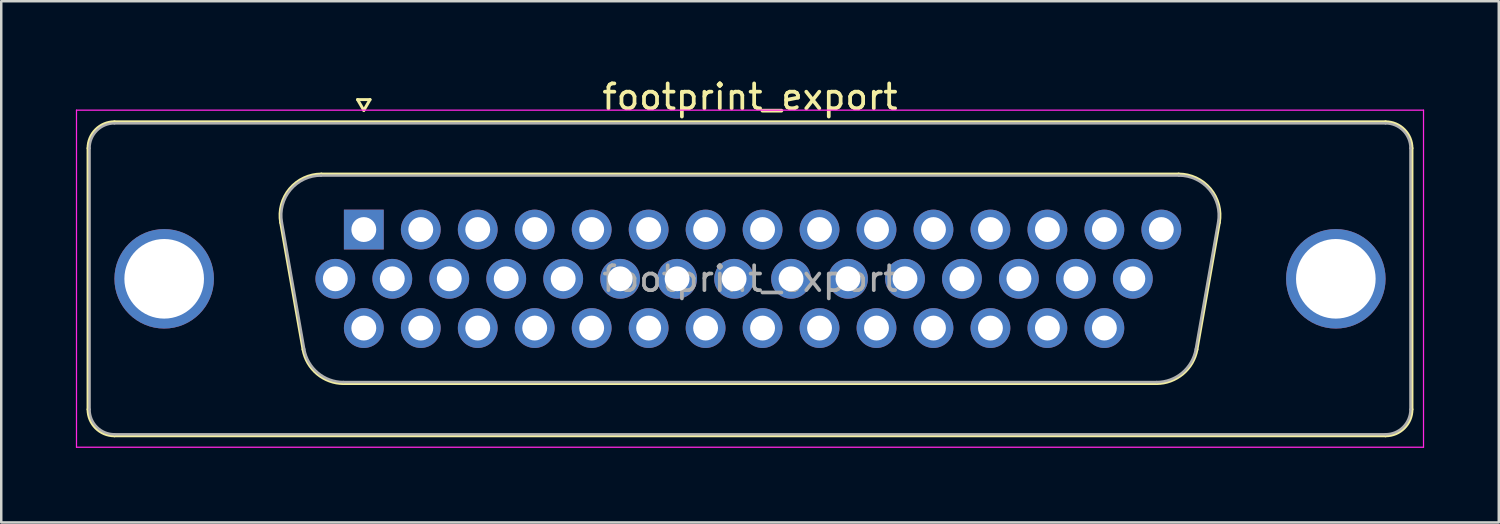
<source format=kicad_pcb>
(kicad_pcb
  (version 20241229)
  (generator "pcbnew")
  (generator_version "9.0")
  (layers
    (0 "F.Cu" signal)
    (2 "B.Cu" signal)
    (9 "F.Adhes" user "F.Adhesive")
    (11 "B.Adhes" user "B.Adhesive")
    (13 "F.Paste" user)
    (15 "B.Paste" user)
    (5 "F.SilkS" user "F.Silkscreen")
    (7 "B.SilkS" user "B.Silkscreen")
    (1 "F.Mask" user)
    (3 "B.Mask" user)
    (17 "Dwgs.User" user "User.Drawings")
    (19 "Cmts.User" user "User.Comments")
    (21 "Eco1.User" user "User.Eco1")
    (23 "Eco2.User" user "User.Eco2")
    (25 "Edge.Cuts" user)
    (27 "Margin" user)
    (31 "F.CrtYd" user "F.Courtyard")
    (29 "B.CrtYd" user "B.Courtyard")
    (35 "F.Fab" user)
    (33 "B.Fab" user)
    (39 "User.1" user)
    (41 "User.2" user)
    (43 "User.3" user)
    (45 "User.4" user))
  (footprint "footprint_export"
    (layer "F.Cu")
    (at 11.575 6.178)
    (property "Reference" "footprint_export" (at 15.525 -5.33 0) (layer "F.SilkS") (effects (font (size 1 1) (thickness 0.15))))
    (attr through_hole)
    (fp_line (start -11.085 7.23) (end -11.085 -3.27) (stroke (width 0.12) (type solid)) (layer "F.SilkS"))
    (fp_line (start -10.025 -4.33) (end 41.075 -4.33) (stroke (width 0.12) (type solid)) (layer "F.SilkS"))
    (fp_line (start -3.341 -0.282) (end -2.442 4.818) (stroke (width 0.12) (type solid)) (layer "F.SilkS"))
    (fp_line (start -1.707 -2.23) (end 32.757 -2.23) (stroke (width 0.12) (type solid)) (layer "F.SilkS"))
    (fp_line (start -0.807 6.19) (end 31.857 6.19) (stroke (width 0.12) (type solid)) (layer "F.SilkS"))
    (fp_line (start -0.25 -5.224) (end 0.25 -5.224) (stroke (width 0.12) (type solid)) (layer "F.SilkS"))
    (fp_line (start 0 -4.791) (end -0.25 -5.224) (stroke (width 0.12) (type solid)) (layer "F.SilkS"))
    (fp_line (start 0.25 -5.224) (end 0 -4.791) (stroke (width 0.12) (type solid)) (layer "F.SilkS"))
    (fp_line (start 34.391 -0.282) (end 33.492 4.818) (stroke (width 0.12) (type solid)) (layer "F.SilkS"))
    (fp_line (start 41.075 8.29) (end -10.025 8.29) (stroke (width 0.12) (type solid)) (layer "F.SilkS"))
    (fp_line (start 42.135 -3.27) (end 42.135 7.23) (stroke (width 0.12) (type solid)) (layer "F.SilkS"))
    (fp_arc (start -11.085 -3.27) (mid -10.774533 -4.019533) (end -10.025 -4.33) (stroke (width 0.12) (type solid)) (layer "F.SilkS"))
    (fp_arc (start -10.025 8.29) (mid -10.774533 7.979533) (end -11.085 7.23) (stroke (width 0.12) (type solid)) (layer "F.SilkS"))
    (fp_arc (start -3.34147 -0.281744) (mid -2.978323 -1.637028) (end -1.706689 -2.23) (stroke (width 0.12) (type solid)) (layer "F.SilkS"))
    (fp_arc (start -0.807421 6.19) (mid -1.874448 5.801634) (end -2.442202 4.818256) (stroke (width 0.12) (type solid)) (layer "F.SilkS"))
    (fp_arc (start 32.756689 -2.23) (mid 34.028323 -1.637027) (end 34.39147 -0.281744) (stroke (width 0.12) (type solid)) (layer "F.SilkS"))
    (fp_arc (start 33.492202 4.818256) (mid 32.924449 5.801634) (end 31.857421 6.19) (stroke (width 0.12) (type solid)) (layer "F.SilkS"))
    (fp_arc (start 41.075 -4.33) (mid 41.824533 -4.019533) (end 42.135 -3.27) (stroke (width 0.12) (type solid)) (layer "F.SilkS"))
    (fp_arc (start 42.135 7.23) (mid 41.824533 7.979533) (end 41.075 8.29) (stroke (width 0.12) (type solid)) (layer "F.SilkS"))
    (fp_line (start -11.55 -4.8) (end -11.55 8.75) (stroke (width 0.05) (type solid)) (layer "F.CrtYd"))
    (fp_line (start -11.55 8.75) (end 42.6 8.75) (stroke (width 0.05) (type solid)) (layer "F.CrtYd"))
    (fp_line (start 42.6 -4.8) (end -11.55 -4.8) (stroke (width 0.05) (type solid)) (layer "F.CrtYd"))
    (fp_line (start 42.6 8.75) (end 42.6 -4.8) (stroke (width 0.05) (type solid)) (layer "F.CrtYd"))
    (fp_line (start -11.025 7.23) (end -11.025 -3.27) (stroke (width 0.1) (type solid)) (layer "F.Fab"))
    (fp_line (start -10.025 -4.27) (end 41.075 -4.27) (stroke (width 0.1) (type solid)) (layer "F.Fab"))
    (fp_line (start -3.294 -0.292) (end -2.395 4.808) (stroke (width 0.1) (type solid)) (layer "F.Fab"))
    (fp_line (start -1.718 -2.17) (end 32.768 -2.17) (stroke (width 0.1) (type solid)) (layer "F.Fab"))
    (fp_line (start -0.819 6.13) (end 31.869 6.13) (stroke (width 0.1) (type solid)) (layer "F.Fab"))
    (fp_line (start 34.344 -0.292) (end 33.445 4.808) (stroke (width 0.1) (type solid)) (layer "F.Fab"))
    (fp_line (start 41.075 8.23) (end -10.025 8.23) (stroke (width 0.1) (type solid)) (layer "F.Fab"))
    (fp_line (start 42.075 -3.27) (end 42.075 7.23) (stroke (width 0.1) (type solid)) (layer "F.Fab"))
    (fp_arc (start -11.025 -3.27) (mid -10.732107 -3.977107) (end -10.025 -4.27) (stroke (width 0.1) (type solid)) (layer "F.Fab"))
    (fp_arc (start -10.025 8.23) (mid -10.732107 7.937107) (end -11.025 7.23) (stroke (width 0.1) (type solid)) (layer "F.Fab"))
    (fp_arc (start -3.293886 -0.292163) (mid -2.943865 -1.59846) (end -1.718194 -2.17) (stroke (width 0.1) (type solid)) (layer "F.Fab"))
    (fp_arc (start -0.818927 6.13) (mid -1.847387 5.755671) (end -2.394619 4.807837) (stroke (width 0.1) (type solid)) (layer "F.Fab"))
    (fp_arc (start 32.768194 -2.17) (mid 33.993865 -1.59846) (end 34.343886 -0.292163) (stroke (width 0.1) (type solid)) (layer "F.Fab"))
    (fp_arc (start 33.444619 4.807837) (mid 32.897387 5.755671) (end 31.868927 6.13) (stroke (width 0.1) (type solid)) (layer "F.Fab"))
    (fp_arc (start 41.075 -4.27) (mid 41.782107 -3.977107) (end 42.075 -3.27) (stroke (width 0.1) (type solid)) (layer "F.Fab"))
    (fp_arc (start 42.075 7.23) (mid 41.782107 7.937107) (end 41.075 8.23) (stroke (width 0.1) (type solid)) (layer "F.Fab"))
    (fp_text user "${REFERENCE}" (at 15.525 1.98 0) (layer "F.Fab") (effects (font (size 1 1) (thickness 0.15))))
    (pad "0" thru_hole circle (at -8.025 1.98) (size 4 4) (drill 3.2) (layers "*.Cu" "*.Mask"))
    (pad "0" thru_hole circle (at 39.075 1.98) (size 4 4) (drill 3.2) (layers "*.Cu" "*.Mask"))
    (pad "1" thru_hole rect (at 0 0) (size 1.6 1.6) (drill 1) (layers "*.Cu" "*.Mask"))
    (pad "2" thru_hole circle (at 2.29 0) (size 1.6 1.6) (drill 1) (layers "*.Cu" "*.Mask"))
    (pad "3" thru_hole circle (at 4.58 0) (size 1.6 1.6) (drill 1) (layers "*.Cu" "*.Mask"))
    (pad "4" thru_hole circle (at 6.87 0) (size 1.6 1.6) (drill 1) (layers "*.Cu" "*.Mask"))
    (pad "5" thru_hole circle (at 9.16 0) (size 1.6 1.6) (drill 1) (layers "*.Cu" "*.Mask"))
    (pad "6" thru_hole circle (at 11.45 0) (size 1.6 1.6) (drill 1) (layers "*.Cu" "*.Mask"))
    (pad "7" thru_hole circle (at 13.74 0) (size 1.6 1.6) (drill 1) (layers "*.Cu" "*.Mask"))
    (pad "8" thru_hole circle (at 16.03 0) (size 1.6 1.6) (drill 1) (layers "*.Cu" "*.Mask"))
    (pad "9" thru_hole circle (at 18.32 0) (size 1.6 1.6) (drill 1) (layers "*.Cu" "*.Mask"))
    (pad "10" thru_hole circle (at 20.61 0) (size 1.6 1.6) (drill 1) (layers "*.Cu" "*.Mask"))
    (pad "11" thru_hole circle (at 22.9 0) (size 1.6 1.6) (drill 1) (layers "*.Cu" "*.Mask"))
    (pad "12" thru_hole circle (at 25.19 0) (size 1.6 1.6) (drill 1) (layers "*.Cu" "*.Mask"))
    (pad "13" thru_hole circle (at 27.48 0) (size 1.6 1.6) (drill 1) (layers "*.Cu" "*.Mask"))
    (pad "14" thru_hole circle (at 29.77 0) (size 1.6 1.6) (drill 1) (layers "*.Cu" "*.Mask"))
    (pad "15" thru_hole circle (at 32.06 0) (size 1.6 1.6) (drill 1) (layers "*.Cu" "*.Mask"))
    (pad "16" thru_hole circle (at -1.145 1.98) (size 1.6 1.6) (drill 1) (layers "*.Cu" "*.Mask"))
    (pad "17" thru_hole circle (at 1.145 1.98) (size 1.6 1.6) (drill 1) (layers "*.Cu" "*.Mask"))
    (pad "18" thru_hole circle (at 3.435 1.98) (size 1.6 1.6) (drill 1) (layers "*.Cu" "*.Mask"))
    (pad "19" thru_hole circle (at 5.725 1.98) (size 1.6 1.6) (drill 1) (layers "*.Cu" "*.Mask"))
    (pad "20" thru_hole circle (at 8.015 1.98) (size 1.6 1.6) (drill 1) (layers "*.Cu" "*.Mask"))
    (pad "21" thru_hole circle (at 10.305 1.98) (size 1.6 1.6) (drill 1) (layers "*.Cu" "*.Mask"))
    (pad "22" thru_hole circle (at 12.595 1.98) (size 1.6 1.6) (drill 1) (layers "*.Cu" "*.Mask"))
    (pad "23" thru_hole circle (at 14.885 1.98) (size 1.6 1.6) (drill 1) (layers "*.Cu" "*.Mask"))
    (pad "24" thru_hole circle (at 17.175 1.98) (size 1.6 1.6) (drill 1) (layers "*.Cu" "*.Mask"))
    (pad "25" thru_hole circle (at 19.465 1.98) (size 1.6 1.6) (drill 1) (layers "*.Cu" "*.Mask"))
    (pad "26" thru_hole circle (at 21.755 1.98) (size 1.6 1.6) (drill 1) (layers "*.Cu" "*.Mask"))
    (pad "27" thru_hole circle (at 24.045 1.98) (size 1.6 1.6) (drill 1) (layers "*.Cu" "*.Mask"))
    (pad "28" thru_hole circle (at 26.335 1.98) (size 1.6 1.6) (drill 1) (layers "*.Cu" "*.Mask"))
    (pad "29" thru_hole circle (at 28.625 1.98) (size 1.6 1.6) (drill 1) (layers "*.Cu" "*.Mask"))
    (pad "30" thru_hole circle (at 30.915 1.98) (size 1.6 1.6) (drill 1) (layers "*.Cu" "*.Mask"))
    (pad "31" thru_hole circle (at 0 3.96) (size 1.6 1.6) (drill 1) (layers "*.Cu" "*.Mask"))
    (pad "32" thru_hole circle (at 2.29 3.96) (size 1.6 1.6) (drill 1) (layers "*.Cu" "*.Mask"))
    (pad "33" thru_hole circle (at 4.58 3.96) (size 1.6 1.6) (drill 1) (layers "*.Cu" "*.Mask"))
    (pad "34" thru_hole circle (at 6.87 3.96) (size 1.6 1.6) (drill 1) (layers "*.Cu" "*.Mask"))
    (pad "35" thru_hole circle (at 9.16 3.96) (size 1.6 1.6) (drill 1) (layers "*.Cu" "*.Mask"))
    (pad "36" thru_hole circle (at 11.45 3.96) (size 1.6 1.6) (drill 1) (layers "*.Cu" "*.Mask"))
    (pad "37" thru_hole circle (at 13.74 3.96) (size 1.6 1.6) (drill 1) (layers "*.Cu" "*.Mask"))
    (pad "38" thru_hole circle (at 16.03 3.96) (size 1.6 1.6) (drill 1) (layers "*.Cu" "*.Mask"))
    (pad "39" thru_hole circle (at 18.32 3.96) (size 1.6 1.6) (drill 1) (layers "*.Cu" "*.Mask"))
    (pad "40" thru_hole circle (at 20.61 3.96) (size 1.6 1.6) (drill 1) (layers "*.Cu" "*.Mask"))
    (pad "41" thru_hole circle (at 22.9 3.96) (size 1.6 1.6) (drill 1) (layers "*.Cu" "*.Mask"))
    (pad "42" thru_hole circle (at 25.19 3.96) (size 1.6 1.6) (drill 1) (layers "*.Cu" "*.Mask"))
    (pad "43" thru_hole circle (at 27.48 3.96) (size 1.6 1.6) (drill 1) (layers "*.Cu" "*.Mask"))
    (pad "44" thru_hole circle (at 29.77 3.96) (size 1.6 1.6) (drill 1) (layers "*.Cu" "*.Mask")))
  (gr_rect
    (start -3 -3)
    (end 57.2 17.953)
    (stroke (width 0.1) (type default))
    (fill no)
    (layer "Edge.Cuts")))
</source>
